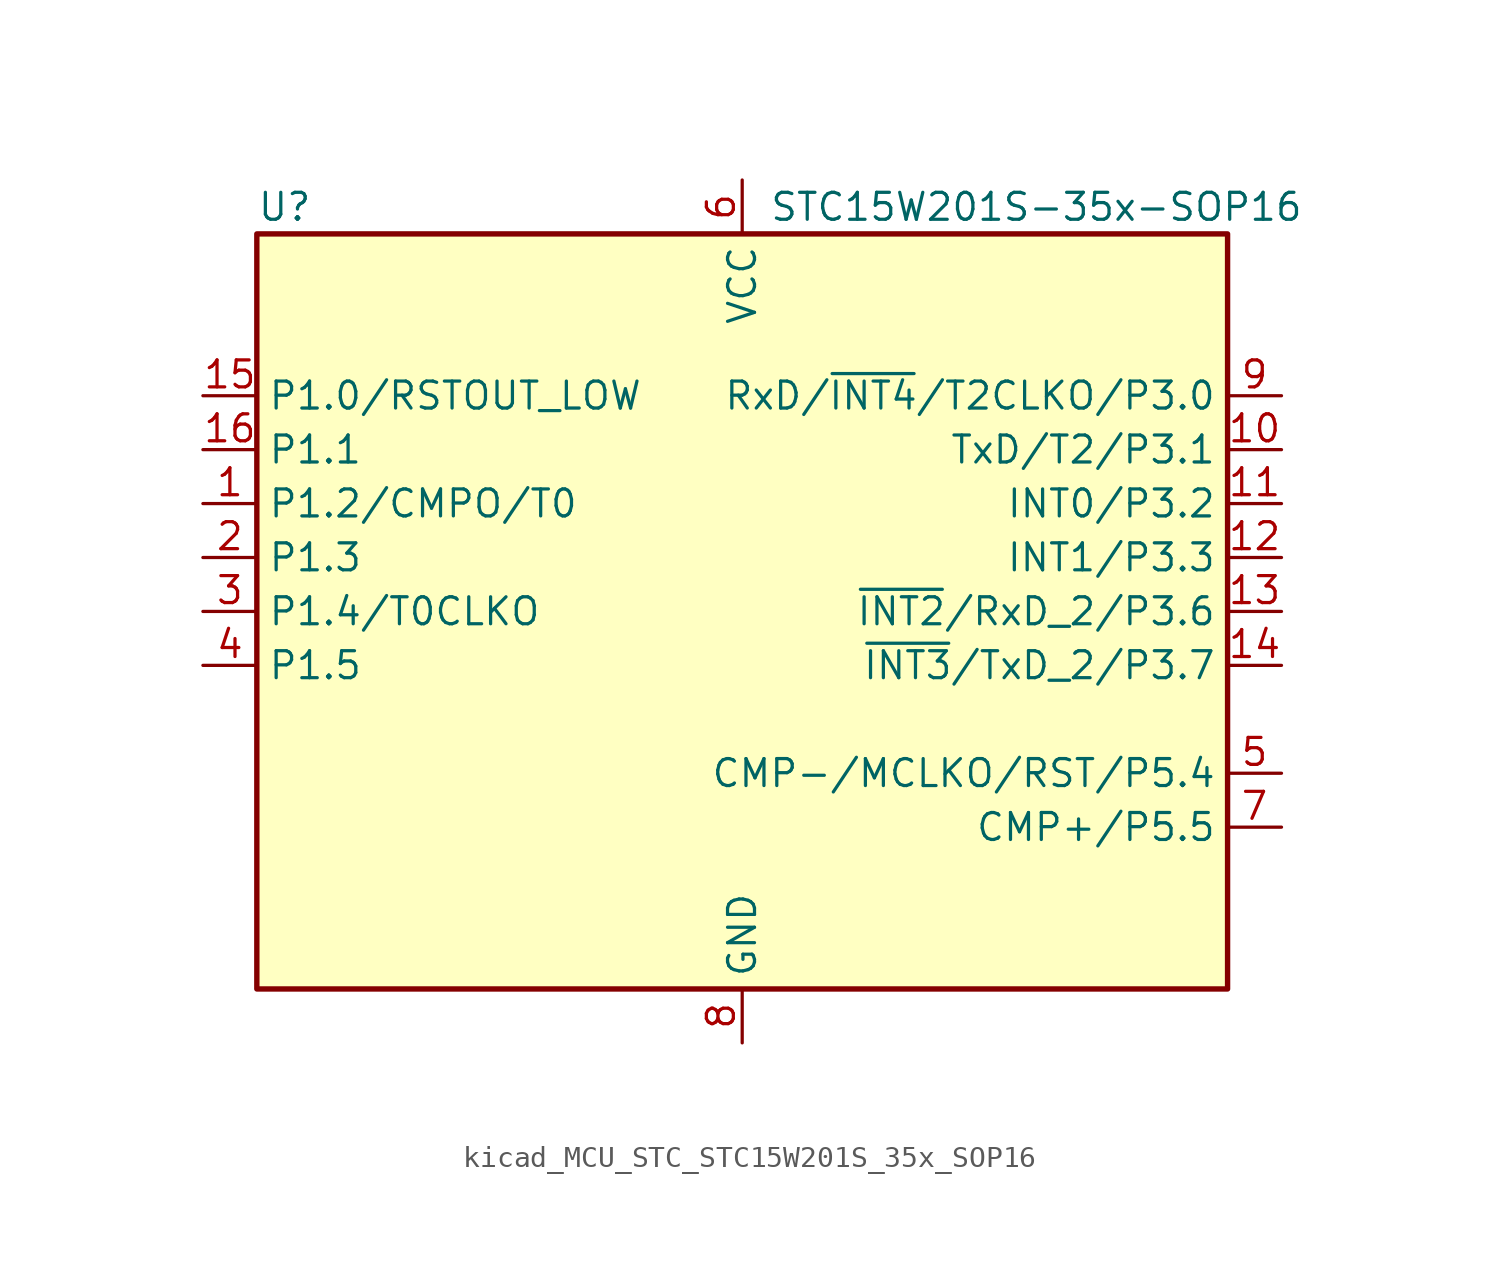
<source format=kicad_sym>
(kicad_symbol_lib
  (version 20220914)
  (generator kicad_symbol_editor)
  (symbol "kicad_MCU_STC_STC15W201S_35x_SOP16"
    (property "Reference" "U"
      (at -22.86 19.05 0)
      (effects (font (size 1.27 1.27)) (justify left)))
    (property "Value" "STC15W201S-35x-SOP16"
      (at 1.27 19.05 0)
      (effects (font (size 1.27 1.27)) (justify left)))
    (symbol "kicad_MCU_STC_STC15W201S_35x_SOP16_0_1"
      (rectangle (start -22.86 17.78) (end 22.86 -17.78) (stroke (width 0.254) (type default)) (fill (type background))))
    (symbol "kicad_MCU_STC_STC15W201S_35x_SOP16_1_1"
      (pin bidirectional line (at -25.4 5.08 0) (length 2.54) (name "P1.2/CMPO/T0" (effects (font (size 1.27 1.27)))) (number "1" (effects (font (size 1.27 1.27)))))
      (pin bidirectional line (at 25.4 7.62 180) (length 2.54) (name "TxD/T2/P3.1" (effects (font (size 1.27 1.27)))) (number "10" (effects (font (size 1.27 1.27)))))
      (pin bidirectional line (at 25.4 5.08 180) (length 2.54) (name "INT0/P3.2" (effects (font (size 1.27 1.27)))) (number "11" (effects (font (size 1.27 1.27)))))
      (pin bidirectional line (at 25.4 2.54 180) (length 2.54) (name "INT1/P3.3" (effects (font (size 1.27 1.27)))) (number "12" (effects (font (size 1.27 1.27)))))
      (pin bidirectional line (at 25.4 0 180) (length 2.54) (name "~{INT2}/RxD_2/P3.6" (effects (font (size 1.27 1.27)))) (number "13" (effects (font (size 1.27 1.27)))))
      (pin bidirectional line (at 25.4 -2.54 180) (length 2.54) (name "~{INT3}/TxD_2/P3.7" (effects (font (size 1.27 1.27)))) (number "14" (effects (font (size 1.27 1.27)))))
      (pin bidirectional line (at -25.4 10.16 0) (length 2.54) (name "P1.0/RSTOUT_LOW" (effects (font (size 1.27 1.27)))) (number "15" (effects (font (size 1.27 1.27)))))
      (pin bidirectional line (at -25.4 7.62 0) (length 2.54) (name "P1.1" (effects (font (size 1.27 1.27)))) (number "16" (effects (font (size 1.27 1.27)))))
      (pin bidirectional line (at -25.4 2.54 0) (length 2.54) (name "P1.3" (effects (font (size 1.27 1.27)))) (number "2" (effects (font (size 1.27 1.27)))))
      (pin bidirectional line (at -25.4 0 0) (length 2.54) (name "P1.4/T0CLKO" (effects (font (size 1.27 1.27)))) (number "3" (effects (font (size 1.27 1.27)))))
      (pin bidirectional line (at -25.4 -2.54 0) (length 2.54) (name "P1.5" (effects (font (size 1.27 1.27)))) (number "4" (effects (font (size 1.27 1.27)))))
      (pin bidirectional line (at 25.4 -7.62 180) (length 2.54) (name "CMP-/MCLKO/RST/P5.4" (effects (font (size 1.27 1.27)))) (number "5" (effects (font (size 1.27 1.27)))))
      (pin power_in line (at 0 20.32 270) (length 2.54) (name "VCC" (effects (font (size 1.27 1.27)))) (number "6" (effects (font (size 1.27 1.27)))))
      (pin bidirectional line (at 25.4 -10.16 180) (length 2.54) (name "CMP+/P5.5" (effects (font (size 1.27 1.27)))) (number "7" (effects (font (size 1.27 1.27)))))
      (pin power_in line (at 0 -20.32 90) (length 2.54) (name "GND" (effects (font (size 1.27 1.27)))) (number "8" (effects (font (size 1.27 1.27)))))
      (pin bidirectional line (at 25.4 10.16 180) (length 2.54) (name "RxD/~{INT4}/T2CLKO/P3.0" (effects (font (size 1.27 1.27)))) (number "9" (effects (font (size 1.27 1.27))))))))
</source>
